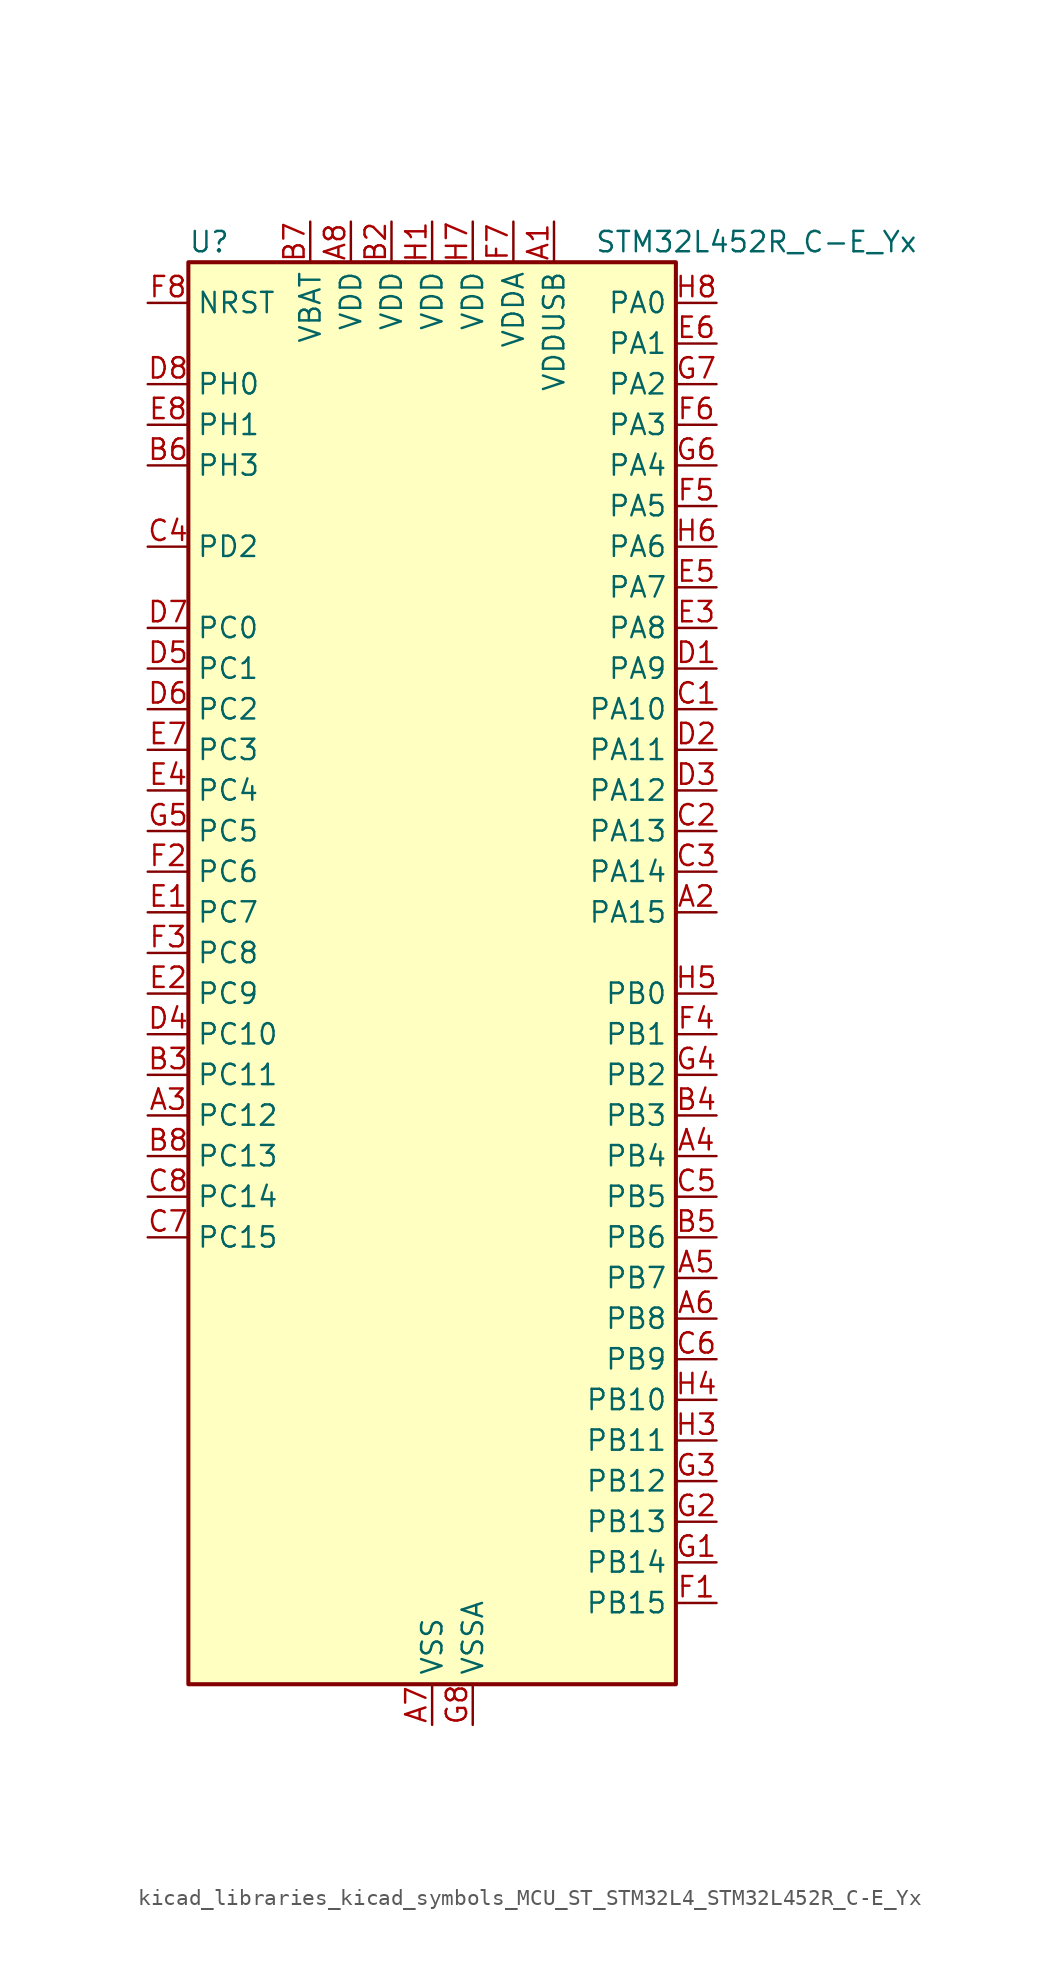
<source format=kicad_sym>
(kicad_symbol_lib
  (version 20220914)
  (generator kicad_symbol_editor)
  (symbol "kicad_libraries_kicad_symbols_MCU_ST_STM32L4_STM32L452R_C-E_Yx"
    (property "Reference" "U"
      (at -15.24 46.99 0)
      (effects (font (size 1.27 1.27)) (justify left)))
    (property "Value" "STM32L452R_C-E_Yx"
      (at 10.16 46.99 0)
      (effects (font (size 1.27 1.27)) (justify left)))
    (property "ki_locked" ""
      (at 0 0 0)
      (effects (font (size 1.27 1.27))))
    (symbol "kicad_libraries_kicad_symbols_MCU_ST_STM32L4_STM32L452R_C-E_Yx_0_1"
      (rectangle (start -15.24 -43.18) (end 15.24 45.72) (stroke (width 0.254) (type default)) (fill (type background))))
    (symbol "kicad_libraries_kicad_symbols_MCU_ST_STM32L4_STM32L452R_C-E_Yx_1_1"
      (pin power_in line (at 7.62 48.26 270) (length 2.54) (name "VDDUSB" (effects (font (size 1.27 1.27)))) (number "A1" (effects (font (size 1.27 1.27)))))
      (pin bidirectional line (at 17.78 5.08 180) (length 2.54) (name "PA15" (effects (font (size 1.27 1.27)))) (number "A2" (effects (font (size 1.27 1.27)))) (alternate "ADC1_EXTI15" bidirectional line) (alternate "SPI1_NSS" bidirectional line) (alternate "SPI3_NSS" bidirectional line) (alternate "SYS_JTDI" bidirectional line) (alternate "TIM2_CH1" bidirectional line) (alternate "TIM2_ETR" bidirectional line) (alternate "TSC_G3_IO1" bidirectional line) (alternate "UART4_DE" bidirectional line) (alternate "UART4_RTS" bidirectional line) (alternate "USART2_RX" bidirectional line) (alternate "USART3_DE" bidirectional line) (alternate "USART3_RTS" bidirectional line))
      (pin bidirectional line (at -17.78 -7.62 0) (length 2.54) (name "PC12" (effects (font (size 1.27 1.27)))) (number "A3" (effects (font (size 1.27 1.27)))) (alternate "SDMMC1_CK" bidirectional line) (alternate "SPI3_MOSI" bidirectional line) (alternate "SYS_TRACED3" bidirectional line) (alternate "TSC_G3_IO4" bidirectional line) (alternate "USART3_CK" bidirectional line))
      (pin bidirectional line (at 17.78 -10.16 180) (length 2.54) (name "PB4" (effects (font (size 1.27 1.27)))) (number "A4" (effects (font (size 1.27 1.27)))) (alternate "COMP2_INP" bidirectional line) (alternate "I2C3_SDA" bidirectional line) (alternate "SAI1_MCLK_B" bidirectional line) (alternate "SPI1_MISO" bidirectional line) (alternate "SPI3_MISO" bidirectional line) (alternate "SYS_JTRST" bidirectional line) (alternate "TIM3_CH1" bidirectional line) (alternate "TSC_G2_IO1" bidirectional line) (alternate "USART1_CTS" bidirectional line))
      (pin bidirectional line (at 17.78 -17.78 180) (length 2.54) (name "PB7" (effects (font (size 1.27 1.27)))) (number "A5" (effects (font (size 1.27 1.27)))) (alternate "COMP2_INM" bidirectional line) (alternate "I2C1_SDA" bidirectional line) (alternate "I2C4_SDA" bidirectional line) (alternate "LPTIM1_IN2" bidirectional line) (alternate "SYS_PVD_IN" bidirectional line) (alternate "TSC_G2_IO4" bidirectional line) (alternate "UART4_CTS" bidirectional line) (alternate "USART1_RX" bidirectional line))
      (pin bidirectional line (at 17.78 -20.32 180) (length 2.54) (name "PB8" (effects (font (size 1.27 1.27)))) (number "A6" (effects (font (size 1.27 1.27)))) (alternate "CAN1_RX" bidirectional line) (alternate "I2C1_SCL" bidirectional line) (alternate "SAI1_MCLK_A" bidirectional line) (alternate "SDMMC1_D4" bidirectional line) (alternate "TIM16_CH1" bidirectional line))
      (pin power_in line (at 0 -45.72 90) (length 2.54) (name "VSS" (effects (font (size 1.27 1.27)))) (number "A7" (effects (font (size 1.27 1.27)))))
      (pin power_in line (at -5.08 48.26 270) (length 2.54) (name "VDD" (effects (font (size 1.27 1.27)))) (number "A8" (effects (font (size 1.27 1.27)))))
      (pin passive line (at 0 -45.72 90) (length 2.54) hide (name "VSS" (effects (font (size 1.27 1.27)))) (number "B1" (effects (font (size 1.27 1.27)))))
      (pin power_in line (at -2.54 48.26 270) (length 2.54) (name "VDD" (effects (font (size 1.27 1.27)))) (number "B2" (effects (font (size 1.27 1.27)))))
      (pin bidirectional line (at -17.78 -5.08 0) (length 2.54) (name "PC11" (effects (font (size 1.27 1.27)))) (number "B3" (effects (font (size 1.27 1.27)))) (alternate "ADC1_EXTI11" bidirectional line) (alternate "SDMMC1_D3" bidirectional line) (alternate "SPI3_MISO" bidirectional line) (alternate "TSC_G3_IO3" bidirectional line) (alternate "UART4_RX" bidirectional line) (alternate "USART3_RX" bidirectional line))
      (pin bidirectional line (at 17.78 -7.62 180) (length 2.54) (name "PB3" (effects (font (size 1.27 1.27)))) (number "B4" (effects (font (size 1.27 1.27)))) (alternate "COMP2_INM" bidirectional line) (alternate "SAI1_SCK_B" bidirectional line) (alternate "SPI1_SCK" bidirectional line) (alternate "SPI3_SCK" bidirectional line) (alternate "SYS_JTDO-SWO" bidirectional line) (alternate "TIM2_CH2" bidirectional line) (alternate "USART1_DE" bidirectional line) (alternate "USART1_RTS" bidirectional line))
      (pin bidirectional line (at 17.78 -15.24 180) (length 2.54) (name "PB6" (effects (font (size 1.27 1.27)))) (number "B5" (effects (font (size 1.27 1.27)))) (alternate "CAN1_TX" bidirectional line) (alternate "COMP2_INP" bidirectional line) (alternate "I2C1_SCL" bidirectional line) (alternate "I2C4_SCL" bidirectional line) (alternate "LPTIM1_ETR" bidirectional line) (alternate "SAI1_FS_B" bidirectional line) (alternate "TIM16_CH1N" bidirectional line) (alternate "TSC_G2_IO3" bidirectional line) (alternate "USART1_TX" bidirectional line))
      (pin bidirectional line (at -17.78 33.02 0) (length 2.54) (name "PH3" (effects (font (size 1.27 1.27)))) (number "B6" (effects (font (size 1.27 1.27)))))
      (pin power_in line (at -7.62 48.26 270) (length 2.54) (name "VBAT" (effects (font (size 1.27 1.27)))) (number "B7" (effects (font (size 1.27 1.27)))))
      (pin bidirectional line (at -17.78 -10.16 0) (length 2.54) (name "PC13" (effects (font (size 1.27 1.27)))) (number "B8" (effects (font (size 1.27 1.27)))) (alternate "RTC_OUT_ALARM" bidirectional line) (alternate "RTC_OUT_CALIB" bidirectional line) (alternate "RTC_TAMP1" bidirectional line) (alternate "RTC_TS" bidirectional line) (alternate "SYS_WKUP2" bidirectional line))
      (pin bidirectional line (at 17.78 17.78 180) (length 2.54) (name "PA10" (effects (font (size 1.27 1.27)))) (number "C1" (effects (font (size 1.27 1.27)))) (alternate "CRS_SYNC" bidirectional line) (alternate "I2C1_SDA" bidirectional line) (alternate "SAI1_SD_A" bidirectional line) (alternate "TIM1_CH3" bidirectional line) (alternate "USART1_RX" bidirectional line))
      (pin bidirectional line (at 17.78 10.16 180) (length 2.54) (name "PA13" (effects (font (size 1.27 1.27)))) (number "C2" (effects (font (size 1.27 1.27)))) (alternate "IR_OUT" bidirectional line) (alternate "SAI1_SD_B" bidirectional line) (alternate "SYS_JTMS-SWDIO" bidirectional line) (alternate "USB_NOE" bidirectional line))
      (pin bidirectional line (at 17.78 7.62 180) (length 2.54) (name "PA14" (effects (font (size 1.27 1.27)))) (number "C3" (effects (font (size 1.27 1.27)))) (alternate "I2C1_SMBA" bidirectional line) (alternate "I2C4_SMBA" bidirectional line) (alternate "LPTIM1_OUT" bidirectional line) (alternate "SAI1_FS_B" bidirectional line) (alternate "SYS_JTCK-SWCLK" bidirectional line))
      (pin bidirectional line (at -17.78 27.94 0) (length 2.54) (name "PD2" (effects (font (size 1.27 1.27)))) (number "C4" (effects (font (size 1.27 1.27)))) (alternate "SDMMC1_CMD" bidirectional line) (alternate "SYS_TRACED2" bidirectional line) (alternate "TIM3_ETR" bidirectional line) (alternate "TSC_SYNC" bidirectional line) (alternate "USART3_DE" bidirectional line) (alternate "USART3_RTS" bidirectional line))
      (pin bidirectional line (at 17.78 -12.7 180) (length 2.54) (name "PB5" (effects (font (size 1.27 1.27)))) (number "C5" (effects (font (size 1.27 1.27)))) (alternate "CAN1_RX" bidirectional line) (alternate "COMP2_OUT" bidirectional line) (alternate "I2C1_SMBA" bidirectional line) (alternate "LPTIM1_IN1" bidirectional line) (alternate "SAI1_SD_B" bidirectional line) (alternate "SPI1_MOSI" bidirectional line) (alternate "SPI3_MOSI" bidirectional line) (alternate "TIM16_BKIN" bidirectional line) (alternate "TIM3_CH2" bidirectional line) (alternate "TSC_G2_IO2" bidirectional line) (alternate "USART1_CK" bidirectional line))
      (pin bidirectional line (at 17.78 -22.86 180) (length 2.54) (name "PB9" (effects (font (size 1.27 1.27)))) (number "C6" (effects (font (size 1.27 1.27)))) (alternate "CAN1_TX" bidirectional line) (alternate "DAC1_EXTI9" bidirectional line) (alternate "I2C1_SDA" bidirectional line) (alternate "IR_OUT" bidirectional line) (alternate "SAI1_FS_A" bidirectional line) (alternate "SDMMC1_D5" bidirectional line) (alternate "SPI2_NSS" bidirectional line))
      (pin bidirectional line (at -17.78 -15.24 0) (length 2.54) (name "PC15" (effects (font (size 1.27 1.27)))) (number "C7" (effects (font (size 1.27 1.27)))) (alternate "ADC1_EXTI15" bidirectional line) (alternate "RCC_OSC32_OUT" bidirectional line))
      (pin bidirectional line (at -17.78 -12.7 0) (length 2.54) (name "PC14" (effects (font (size 1.27 1.27)))) (number "C8" (effects (font (size 1.27 1.27)))) (alternate "RCC_OSC32_IN" bidirectional line))
      (pin bidirectional line (at 17.78 20.32 180) (length 2.54) (name "PA9" (effects (font (size 1.27 1.27)))) (number "D1" (effects (font (size 1.27 1.27)))) (alternate "DAC1_EXTI9" bidirectional line) (alternate "DFSDM1_DATIN1" bidirectional line) (alternate "I2C1_SCL" bidirectional line) (alternate "SAI1_FS_A" bidirectional line) (alternate "TIM15_BKIN" bidirectional line) (alternate "TIM1_CH2" bidirectional line) (alternate "USART1_TX" bidirectional line))
      (pin bidirectional line (at 17.78 15.24 180) (length 2.54) (name "PA11" (effects (font (size 1.27 1.27)))) (number "D2" (effects (font (size 1.27 1.27)))) (alternate "ADC1_EXTI11" bidirectional line) (alternate "CAN1_RX" bidirectional line) (alternate "COMP1_OUT" bidirectional line) (alternate "SPI1_MISO" bidirectional line) (alternate "TIM1_BKIN2" bidirectional line) (alternate "TIM1_BKIN2_COMP1" bidirectional line) (alternate "TIM1_CH4" bidirectional line) (alternate "USART1_CTS" bidirectional line) (alternate "USB_DM" bidirectional line))
      (pin bidirectional line (at 17.78 12.7 180) (length 2.54) (name "PA12" (effects (font (size 1.27 1.27)))) (number "D3" (effects (font (size 1.27 1.27)))) (alternate "CAN1_TX" bidirectional line) (alternate "SPI1_MOSI" bidirectional line) (alternate "TIM1_ETR" bidirectional line) (alternate "USART1_DE" bidirectional line) (alternate "USART1_RTS" bidirectional line) (alternate "USB_DP" bidirectional line))
      (pin bidirectional line (at -17.78 -2.54 0) (length 2.54) (name "PC10" (effects (font (size 1.27 1.27)))) (number "D4" (effects (font (size 1.27 1.27)))) (alternate "SDMMC1_D2" bidirectional line) (alternate "SPI3_SCK" bidirectional line) (alternate "SYS_TRACED1" bidirectional line) (alternate "TSC_G3_IO2" bidirectional line) (alternate "UART4_TX" bidirectional line) (alternate "USART3_TX" bidirectional line))
      (pin bidirectional line (at -17.78 20.32 0) (length 2.54) (name "PC1" (effects (font (size 1.27 1.27)))) (number "D5" (effects (font (size 1.27 1.27)))) (alternate "ADC1_IN2" bidirectional line) (alternate "I2C3_SDA" bidirectional line) (alternate "I2C4_SDA" bidirectional line) (alternate "LPTIM1_OUT" bidirectional line) (alternate "LPUART1_TX" bidirectional line) (alternate "SYS_TRACED0" bidirectional line))
      (pin bidirectional line (at -17.78 17.78 0) (length 2.54) (name "PC2" (effects (font (size 1.27 1.27)))) (number "D6" (effects (font (size 1.27 1.27)))) (alternate "ADC1_IN3" bidirectional line) (alternate "DFSDM1_CKOUT" bidirectional line) (alternate "LPTIM1_IN2" bidirectional line) (alternate "SPI2_MISO" bidirectional line))
      (pin bidirectional line (at -17.78 22.86 0) (length 2.54) (name "PC0" (effects (font (size 1.27 1.27)))) (number "D7" (effects (font (size 1.27 1.27)))) (alternate "ADC1_IN1" bidirectional line) (alternate "I2C3_SCL" bidirectional line) (alternate "I2C4_SCL" bidirectional line) (alternate "LPTIM1_IN1" bidirectional line) (alternate "LPTIM2_IN1" bidirectional line) (alternate "LPUART1_RX" bidirectional line))
      (pin bidirectional line (at -17.78 38.1 0) (length 2.54) (name "PH0" (effects (font (size 1.27 1.27)))) (number "D8" (effects (font (size 1.27 1.27)))) (alternate "RCC_OSC_IN" bidirectional line))
      (pin bidirectional line (at -17.78 5.08 0) (length 2.54) (name "PC7" (effects (font (size 1.27 1.27)))) (number "E1" (effects (font (size 1.27 1.27)))) (alternate "DFSDM1_DATIN3" bidirectional line) (alternate "SDMMC1_D7" bidirectional line) (alternate "TIM3_CH2" bidirectional line) (alternate "TSC_G4_IO2" bidirectional line))
      (pin bidirectional line (at -17.78 0 0) (length 2.54) (name "PC9" (effects (font (size 1.27 1.27)))) (number "E2" (effects (font (size 1.27 1.27)))) (alternate "DAC1_EXTI9" bidirectional line) (alternate "SDMMC1_D1" bidirectional line) (alternate "TIM3_CH4" bidirectional line) (alternate "TSC_G4_IO4" bidirectional line) (alternate "USB_NOE" bidirectional line))
      (pin bidirectional line (at 17.78 22.86 180) (length 2.54) (name "PA8" (effects (font (size 1.27 1.27)))) (number "E3" (effects (font (size 1.27 1.27)))) (alternate "DFSDM1_CKIN1" bidirectional line) (alternate "LPTIM2_OUT" bidirectional line) (alternate "RCC_MCO" bidirectional line) (alternate "SAI1_SCK_A" bidirectional line) (alternate "TIM1_CH1" bidirectional line) (alternate "USART1_CK" bidirectional line))
      (pin bidirectional line (at -17.78 12.7 0) (length 2.54) (name "PC4" (effects (font (size 1.27 1.27)))) (number "E4" (effects (font (size 1.27 1.27)))) (alternate "ADC1_IN13" bidirectional line) (alternate "COMP1_INM" bidirectional line) (alternate "USART3_TX" bidirectional line))
      (pin bidirectional line (at 17.78 25.4 180) (length 2.54) (name "PA7" (effects (font (size 1.27 1.27)))) (number "E5" (effects (font (size 1.27 1.27)))) (alternate "ADC1_IN12" bidirectional line) (alternate "COMP2_OUT" bidirectional line) (alternate "DFSDM1_DATIN0" bidirectional line) (alternate "I2C3_SCL" bidirectional line) (alternate "QUADSPI_BK1_IO2" bidirectional line) (alternate "SPI1_MOSI" bidirectional line) (alternate "TIM1_CH1N" bidirectional line) (alternate "TIM3_CH2" bidirectional line))
      (pin bidirectional line (at 17.78 40.64 180) (length 2.54) (name "PA1" (effects (font (size 1.27 1.27)))) (number "E6" (effects (font (size 1.27 1.27)))) (alternate "ADC1_IN6" bidirectional line) (alternate "COMP1_INP" bidirectional line) (alternate "I2C1_SMBA" bidirectional line) (alternate "OPAMP1_VINM" bidirectional line) (alternate "SPI1_SCK" bidirectional line) (alternate "TIM15_CH1N" bidirectional line) (alternate "TIM2_CH2" bidirectional line) (alternate "UART4_RX" bidirectional line) (alternate "USART2_DE" bidirectional line) (alternate "USART2_RTS" bidirectional line))
      (pin bidirectional line (at -17.78 15.24 0) (length 2.54) (name "PC3" (effects (font (size 1.27 1.27)))) (number "E7" (effects (font (size 1.27 1.27)))) (alternate "ADC1_IN4" bidirectional line) (alternate "LPTIM1_ETR" bidirectional line) (alternate "LPTIM2_ETR" bidirectional line) (alternate "SAI1_SD_A" bidirectional line) (alternate "SPI2_MOSI" bidirectional line))
      (pin bidirectional line (at -17.78 35.56 0) (length 2.54) (name "PH1" (effects (font (size 1.27 1.27)))) (number "E8" (effects (font (size 1.27 1.27)))) (alternate "RCC_OSC_OUT" bidirectional line))
      (pin bidirectional line (at 17.78 -38.1 180) (length 2.54) (name "PB15" (effects (font (size 1.27 1.27)))) (number "F1" (effects (font (size 1.27 1.27)))) (alternate "ADC1_EXTI15" bidirectional line) (alternate "DFSDM1_CKIN2" bidirectional line) (alternate "RTC_REFIN" bidirectional line) (alternate "SAI1_SD_A" bidirectional line) (alternate "SPI2_MOSI" bidirectional line) (alternate "TIM15_CH2" bidirectional line) (alternate "TIM1_CH3N" bidirectional line) (alternate "TSC_G1_IO4" bidirectional line))
      (pin bidirectional line (at -17.78 7.62 0) (length 2.54) (name "PC6" (effects (font (size 1.27 1.27)))) (number "F2" (effects (font (size 1.27 1.27)))) (alternate "DFSDM1_CKIN3" bidirectional line) (alternate "SDMMC1_D6" bidirectional line) (alternate "TIM3_CH1" bidirectional line) (alternate "TSC_G4_IO1" bidirectional line))
      (pin bidirectional line (at -17.78 2.54 0) (length 2.54) (name "PC8" (effects (font (size 1.27 1.27)))) (number "F3" (effects (font (size 1.27 1.27)))) (alternate "SDMMC1_D0" bidirectional line) (alternate "TIM3_CH3" bidirectional line) (alternate "TSC_G4_IO3" bidirectional line))
      (pin bidirectional line (at 17.78 -2.54 180) (length 2.54) (name "PB1" (effects (font (size 1.27 1.27)))) (number "F4" (effects (font (size 1.27 1.27)))) (alternate "ADC1_IN16" bidirectional line) (alternate "COMP1_INM" bidirectional line) (alternate "DFSDM1_DATIN0" bidirectional line) (alternate "LPTIM2_IN1" bidirectional line) (alternate "LPUART1_DE" bidirectional line) (alternate "LPUART1_RTS" bidirectional line) (alternate "QUADSPI_BK1_IO0" bidirectional line) (alternate "TIM1_CH3N" bidirectional line) (alternate "TIM3_CH4" bidirectional line) (alternate "USART3_DE" bidirectional line) (alternate "USART3_RTS" bidirectional line))
      (pin bidirectional line (at 17.78 30.48 180) (length 2.54) (name "PA5" (effects (font (size 1.27 1.27)))) (number "F5" (effects (font (size 1.27 1.27)))) (alternate "ADC1_IN10" bidirectional line) (alternate "COMP1_INM" bidirectional line) (alternate "COMP2_INM" bidirectional line) (alternate "DFSDM1_CKOUT" bidirectional line) (alternate "LPTIM2_ETR" bidirectional line) (alternate "SPI1_SCK" bidirectional line) (alternate "TIM2_CH1" bidirectional line) (alternate "TIM2_ETR" bidirectional line))
      (pin bidirectional line (at 17.78 35.56 180) (length 2.54) (name "PA3" (effects (font (size 1.27 1.27)))) (number "F6" (effects (font (size 1.27 1.27)))) (alternate "ADC1_IN8" bidirectional line) (alternate "COMP2_INP" bidirectional line) (alternate "LPUART1_RX" bidirectional line) (alternate "OPAMP1_VOUT" bidirectional line) (alternate "QUADSPI_CLK" bidirectional line) (alternate "SAI1_MCLK_A" bidirectional line) (alternate "TIM15_CH2" bidirectional line) (alternate "TIM2_CH4" bidirectional line) (alternate "USART2_RX" bidirectional line))
      (pin power_in line (at 5.08 48.26 270) (length 2.54) (name "VDDA" (effects (font (size 1.27 1.27)))) (number "F7" (effects (font (size 1.27 1.27)))))
      (pin input line (at -17.78 43.18 0) (length 2.54) (name "NRST" (effects (font (size 1.27 1.27)))) (number "F8" (effects (font (size 1.27 1.27)))))
      (pin bidirectional line (at 17.78 -35.56 180) (length 2.54) (name "PB14" (effects (font (size 1.27 1.27)))) (number "G1" (effects (font (size 1.27 1.27)))) (alternate "DFSDM1_DATIN2" bidirectional line) (alternate "I2C2_SDA" bidirectional line) (alternate "SAI1_MCLK_A" bidirectional line) (alternate "SPI2_MISO" bidirectional line) (alternate "TIM15_CH1" bidirectional line) (alternate "TIM1_CH2N" bidirectional line) (alternate "TSC_G1_IO3" bidirectional line) (alternate "USART3_DE" bidirectional line) (alternate "USART3_RTS" bidirectional line))
      (pin bidirectional line (at 17.78 -33.02 180) (length 2.54) (name "PB13" (effects (font (size 1.27 1.27)))) (number "G2" (effects (font (size 1.27 1.27)))) (alternate "CAN1_TX" bidirectional line) (alternate "DFSDM1_CKIN1" bidirectional line) (alternate "I2C2_SCL" bidirectional line) (alternate "LPUART1_CTS" bidirectional line) (alternate "SAI1_SCK_A" bidirectional line) (alternate "SPI2_SCK" bidirectional line) (alternate "TIM15_CH1N" bidirectional line) (alternate "TIM1_CH1N" bidirectional line) (alternate "TSC_G1_IO2" bidirectional line) (alternate "USART3_CTS" bidirectional line))
      (pin bidirectional line (at 17.78 -30.48 180) (length 2.54) (name "PB12" (effects (font (size 1.27 1.27)))) (number "G3" (effects (font (size 1.27 1.27)))) (alternate "CAN1_RX" bidirectional line) (alternate "DFSDM1_DATIN1" bidirectional line) (alternate "I2C2_SMBA" bidirectional line) (alternate "LPUART1_DE" bidirectional line) (alternate "LPUART1_RTS" bidirectional line) (alternate "SAI1_FS_A" bidirectional line) (alternate "SPI2_NSS" bidirectional line) (alternate "TIM15_BKIN" bidirectional line) (alternate "TIM1_BKIN" bidirectional line) (alternate "TIM1_BKIN_COMP2" bidirectional line) (alternate "TSC_G1_IO1" bidirectional line) (alternate "USART3_CK" bidirectional line))
      (pin bidirectional line (at 17.78 -5.08 180) (length 2.54) (name "PB2" (effects (font (size 1.27 1.27)))) (number "G4" (effects (font (size 1.27 1.27)))) (alternate "COMP1_INP" bidirectional line) (alternate "DFSDM1_CKIN0" bidirectional line) (alternate "I2C3_SMBA" bidirectional line) (alternate "LPTIM1_OUT" bidirectional line) (alternate "RTC_OUT_ALARM" bidirectional line) (alternate "RTC_OUT_CALIB" bidirectional line))
      (pin bidirectional line (at -17.78 10.16 0) (length 2.54) (name "PC5" (effects (font (size 1.27 1.27)))) (number "G5" (effects (font (size 1.27 1.27)))) (alternate "ADC1_IN14" bidirectional line) (alternate "COMP1_INP" bidirectional line) (alternate "SYS_WKUP5" bidirectional line) (alternate "USART3_RX" bidirectional line))
      (pin bidirectional line (at 17.78 33.02 180) (length 2.54) (name "PA4" (effects (font (size 1.27 1.27)))) (number "G6" (effects (font (size 1.27 1.27)))) (alternate "ADC1_IN9" bidirectional line) (alternate "COMP1_INM" bidirectional line) (alternate "COMP2_INM" bidirectional line) (alternate "DAC1_OUT1" bidirectional line) (alternate "LPTIM2_OUT" bidirectional line) (alternate "SAI1_FS_B" bidirectional line) (alternate "SPI1_NSS" bidirectional line) (alternate "SPI3_NSS" bidirectional line) (alternate "USART2_CK" bidirectional line))
      (pin bidirectional line (at 17.78 38.1 180) (length 2.54) (name "PA2" (effects (font (size 1.27 1.27)))) (number "G7" (effects (font (size 1.27 1.27)))) (alternate "ADC1_IN7" bidirectional line) (alternate "COMP2_INM" bidirectional line) (alternate "COMP2_OUT" bidirectional line) (alternate "LPUART1_TX" bidirectional line) (alternate "QUADSPI_BK1_NCS" bidirectional line) (alternate "RCC_LSCO" bidirectional line) (alternate "SYS_WKUP4" bidirectional line) (alternate "TIM15_CH1" bidirectional line) (alternate "TIM2_CH3" bidirectional line) (alternate "USART2_TX" bidirectional line))
      (pin power_in line (at 2.54 -45.72 90) (length 2.54) (name "VSSA" (effects (font (size 1.27 1.27)))) (number "G8" (effects (font (size 1.27 1.27)))))
      (pin power_in line (at 0 48.26 270) (length 2.54) (name "VDD" (effects (font (size 1.27 1.27)))) (number "H1" (effects (font (size 1.27 1.27)))))
      (pin passive line (at 0 -45.72 90) (length 2.54) hide (name "VSS" (effects (font (size 1.27 1.27)))) (number "H2" (effects (font (size 1.27 1.27)))))
      (pin bidirectional line (at 17.78 -27.94 180) (length 2.54) (name "PB11" (effects (font (size 1.27 1.27)))) (number "H3" (effects (font (size 1.27 1.27)))) (alternate "ADC1_EXTI11" bidirectional line) (alternate "COMP2_OUT" bidirectional line) (alternate "I2C2_SDA" bidirectional line) (alternate "I2C4_SDA" bidirectional line) (alternate "LPUART1_TX" bidirectional line) (alternate "QUADSPI_BK1_NCS" bidirectional line) (alternate "TIM2_CH4" bidirectional line) (alternate "USART3_RX" bidirectional line))
      (pin bidirectional line (at 17.78 -25.4 180) (length 2.54) (name "PB10" (effects (font (size 1.27 1.27)))) (number "H4" (effects (font (size 1.27 1.27)))) (alternate "COMP1_OUT" bidirectional line) (alternate "I2C2_SCL" bidirectional line) (alternate "I2C4_SCL" bidirectional line) (alternate "LPUART1_RX" bidirectional line) (alternate "QUADSPI_CLK" bidirectional line) (alternate "SAI1_SCK_A" bidirectional line) (alternate "SPI2_SCK" bidirectional line) (alternate "TIM2_CH3" bidirectional line) (alternate "TSC_SYNC" bidirectional line) (alternate "USART3_TX" bidirectional line))
      (pin bidirectional line (at 17.78 0 180) (length 2.54) (name "PB0" (effects (font (size 1.27 1.27)))) (number "H5" (effects (font (size 1.27 1.27)))) (alternate "ADC1_IN15" bidirectional line) (alternate "COMP1_OUT" bidirectional line) (alternate "DFSDM1_CKIN0" bidirectional line) (alternate "QUADSPI_BK1_IO1" bidirectional line) (alternate "SAI1_EXTCLK" bidirectional line) (alternate "SPI1_NSS" bidirectional line) (alternate "TIM1_CH2N" bidirectional line) (alternate "TIM3_CH3" bidirectional line) (alternate "USART3_CK" bidirectional line))
      (pin bidirectional line (at 17.78 27.94 180) (length 2.54) (name "PA6" (effects (font (size 1.27 1.27)))) (number "H6" (effects (font (size 1.27 1.27)))) (alternate "ADC1_IN11" bidirectional line) (alternate "COMP1_OUT" bidirectional line) (alternate "LPUART1_CTS" bidirectional line) (alternate "QUADSPI_BK1_IO3" bidirectional line) (alternate "SPI1_MISO" bidirectional line) (alternate "TIM16_CH1" bidirectional line) (alternate "TIM1_BKIN" bidirectional line) (alternate "TIM1_BKIN_COMP2" bidirectional line) (alternate "TIM3_CH1" bidirectional line) (alternate "USART3_CTS" bidirectional line))
      (pin power_in line (at 2.54 48.26 270) (length 2.54) (name "VDD" (effects (font (size 1.27 1.27)))) (number "H7" (effects (font (size 1.27 1.27)))))
      (pin bidirectional line (at 17.78 43.18 180) (length 2.54) (name "PA0" (effects (font (size 1.27 1.27)))) (number "H8" (effects (font (size 1.27 1.27)))) (alternate "ADC1_IN5" bidirectional line) (alternate "COMP1_INM" bidirectional line) (alternate "COMP1_OUT" bidirectional line) (alternate "OPAMP1_VINP" bidirectional line) (alternate "RTC_TAMP2" bidirectional line) (alternate "SAI1_EXTCLK" bidirectional line) (alternate "SYS_WKUP1" bidirectional line) (alternate "TIM2_CH1" bidirectional line) (alternate "TIM2_ETR" bidirectional line) (alternate "UART4_TX" bidirectional line) (alternate "USART2_CTS" bidirectional line)))))
</source>
